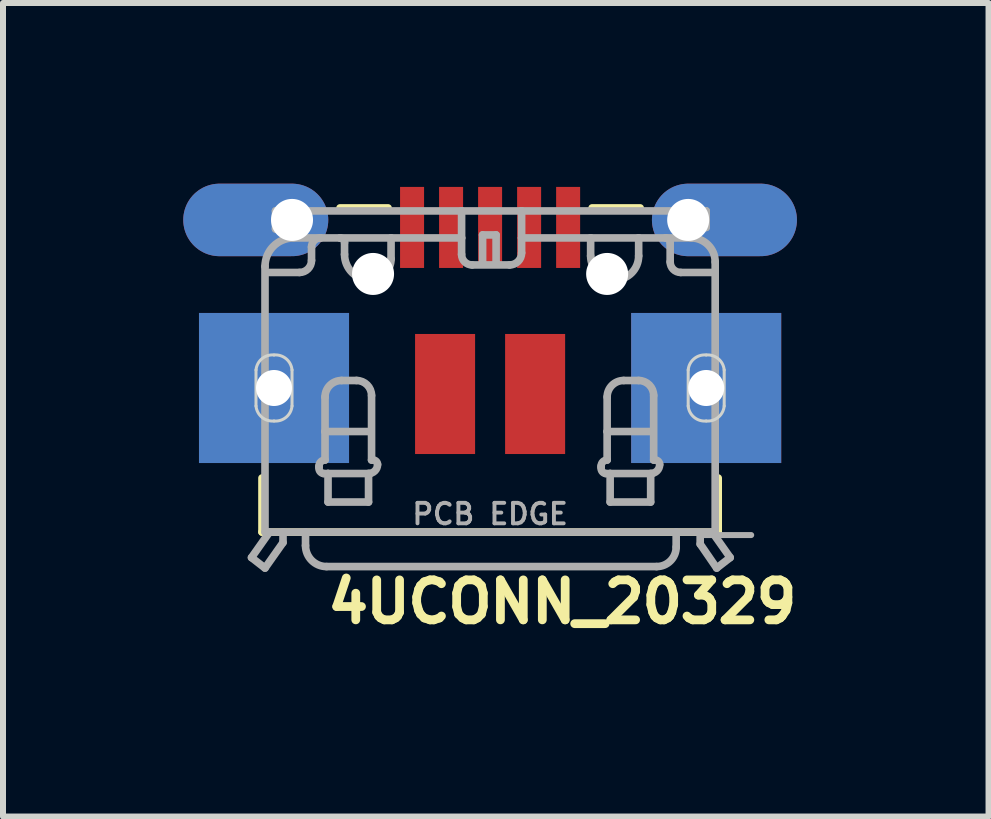
<source format=kicad_pcb>
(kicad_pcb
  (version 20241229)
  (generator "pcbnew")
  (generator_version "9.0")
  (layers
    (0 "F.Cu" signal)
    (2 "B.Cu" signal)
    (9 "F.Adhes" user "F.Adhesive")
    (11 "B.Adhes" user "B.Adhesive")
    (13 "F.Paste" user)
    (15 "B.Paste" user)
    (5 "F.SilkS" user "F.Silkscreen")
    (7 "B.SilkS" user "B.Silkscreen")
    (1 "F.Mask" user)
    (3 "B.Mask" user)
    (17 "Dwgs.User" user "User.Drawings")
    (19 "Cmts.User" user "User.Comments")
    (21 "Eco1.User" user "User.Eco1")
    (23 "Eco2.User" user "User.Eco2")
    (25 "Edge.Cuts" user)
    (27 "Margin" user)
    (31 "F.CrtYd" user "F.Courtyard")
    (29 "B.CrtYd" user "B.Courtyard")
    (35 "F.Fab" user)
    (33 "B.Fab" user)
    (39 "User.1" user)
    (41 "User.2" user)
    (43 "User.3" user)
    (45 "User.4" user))
  (footprint "4UCONN_20329"
    (layer "F.Cu")
    (at 5.115 1.514)
    (property "Reference" "4UCONN_20329" (at -2.778 5.852 0) (layer "F.SilkS") (effects (font (size 0.666 0.666) (thickness 0.146)) (justify left bottom)))
    (fp_poly (pts (xy -1.55 -0.05) (xy -1.05 -0.05) (xy -1.05 -1.5) (xy -1.55 -1.5)) (stroke (width 0) (type solid)) (fill yes) (layer "F.Mask"))
    (fp_poly (pts (xy -0.9 -0.05) (xy -0.4 -0.05) (xy -0.4 -1.5) (xy -0.9 -1.5)) (stroke (width 0) (type solid)) (fill yes) (layer "F.Mask"))
    (fp_poly (pts (xy -0.25 -0.05) (xy 0.25 -0.05) (xy 0.25 -1.5) (xy -0.25 -1.5)) (stroke (width 0) (type solid)) (fill yes) (layer "F.Mask"))
    (fp_poly (pts (xy 0.4 -0.05) (xy 0.9 -0.05) (xy 0.9 -1.5) (xy 0.4 -1.5)) (stroke (width 0) (type solid)) (fill yes) (layer "F.Mask"))
    (fp_poly (pts (xy 1.05 -0.05) (xy 1.55 -0.05) (xy 1.55 -1.5) (xy 1.05 -1.5)) (stroke (width 0) (type solid)) (fill yes) (layer "F.Mask"))
    (fp_line (start -3.8 3.4) (end -3.8 4.3) (stroke (width 0.127) (type solid)) (layer "F.SilkS"))
    (fp_line (start -3.8 4.3) (end 3.8 4.3) (stroke (width 0.127) (type solid)) (layer "F.SilkS"))
    (fp_line (start -2.5 -1.1) (end -1.7 -1.1) (stroke (width 0.127) (type solid)) (layer "F.SilkS"))
    (fp_line (start 1.7 -1.1) (end 2.5 -1.1) (stroke (width 0.127) (type solid)) (layer "F.SilkS"))
    (fp_line (start 3.8 4.3) (end 3.8 3.4) (stroke (width 0.127) (type solid)) (layer "F.SilkS"))
    (fp_poly (pts (xy -4.85 3.15) (xy -2.35 3.15) (xy -2.35 0.65) (xy -4.85 0.65)) (stroke (width 0) (type solid)) (fill yes) (layer "F.Paste"))
    (fp_poly (pts (xy 2.35 3.15) (xy 4.85 3.15) (xy 4.85 0.65) (xy 2.35 0.65)) (stroke (width 0) (type solid)) (fill yes) (layer "F.Paste"))
    (fp_poly (pts (xy -3.186 -1.499) (xy -3.03 -1.442) (xy -2.893 -1.346) (xy -2.786 -1.219) (xy -2.715 -1.067) (xy -2.686 -0.9) (xy -2.715 -0.733) (xy -2.786 -0.581) (xy -2.893 -0.454) (xy -3.03 -0.358) (xy -3.186 -0.301) (xy -3.347 -0.286) (xy -4.457 -0.286) (xy -4.767 -0.355) (xy -4.907 -0.454) (xy -5.014 -0.581) (xy -5.085 -0.733) (xy -5.115 -0.904) (xy -5.017 -1.215) (xy -4.907 -1.346) (xy -4.77 -1.442) (xy -4.614 -1.499) (xy -4.453 -1.514) (xy -3.347 -1.514)) (stroke (width 0) (type solid)) (fill yes) (layer "F.Paste"))
    (fp_poly (pts (xy 4.614 -1.499) (xy 4.77 -1.442) (xy 4.907 -1.346) (xy 5.014 -1.219) (xy 5.085 -1.067) (xy 5.114 -0.9) (xy 5.085 -0.733) (xy 5.014 -0.581) (xy 4.907 -0.454) (xy 4.77 -0.358) (xy 4.614 -0.301) (xy 4.453 -0.286) (xy 3.343 -0.286) (xy 3.033 -0.355) (xy 2.893 -0.454) (xy 2.786 -0.581) (xy 2.715 -0.733) (xy 2.685 -0.904) (xy 2.783 -1.215) (xy 2.893 -1.346) (xy 3.03 -1.442) (xy 3.186 -1.499) (xy 3.347 -1.514) (xy 4.453 -1.514)) (stroke (width 0) (type solid)) (fill yes) (layer "F.Paste"))
    (fp_line (start -3.9 2.2) (end -3.9 1.6) (stroke (width 0.05) (type solid)) (layer "Edge.Cuts"))
    (fp_line (start -3.3 1.6) (end -3.3 2.2) (stroke (width 0.05) (type solid)) (layer "Edge.Cuts"))
    (fp_line (start 3.3 2.2) (end 3.3 1.6) (stroke (width 0.05) (type solid)) (layer "Edge.Cuts"))
    (fp_line (start 3.9 1.6) (end 3.9 2.2) (stroke (width 0.05) (type solid)) (layer "Edge.Cuts"))
    (fp_arc (start -3.9 1.6) (mid -3.801777 1.412868) (end -3.6 1.35) (stroke (width 0.05) (type solid)) (layer "Edge.Cuts"))
    (fp_arc (start -3.6 1.35) (mid -3.398223 1.412868) (end -3.3 1.6) (stroke (width 0.05) (type solid)) (layer "Edge.Cuts"))
    (fp_arc (start -3.6 2.45) (mid -3.801777 2.387132) (end -3.9 2.2) (stroke (width 0.05) (type solid)) (layer "Edge.Cuts"))
    (fp_arc (start -3.3 2.2) (mid -3.398223 2.387132) (end -3.6 2.45) (stroke (width 0.05) (type solid)) (layer "Edge.Cuts"))
    (fp_arc (start 3.3 1.6) (mid 3.398223 1.412868) (end 3.6 1.35) (stroke (width 0.05) (type solid)) (layer "Edge.Cuts"))
    (fp_arc (start 3.6 1.35) (mid 3.801777 1.412868) (end 3.9 1.6) (stroke (width 0.05) (type solid)) (layer "Edge.Cuts"))
    (fp_arc (start 3.6 2.45) (mid 3.398223 2.387132) (end 3.3 2.2) (stroke (width 0.05) (type solid)) (layer "Edge.Cuts"))
    (fp_arc (start 3.9 2.2) (mid 3.801777 2.387132) (end 3.6 2.45) (stroke (width 0.05) (type solid)) (layer "Edge.Cuts"))
    (fp_line (start -3.975 4.725) (end -3.75 4.9) (stroke (width 0.127) (type solid)) (layer "F.Fab"))
    (fp_line (start -3.975 4.725) (end -3.675 4.3) (stroke (width 0.127) (type solid)) (layer "F.Fab"))
    (fp_line (start -3.75 -0.125) (end -3.75 4.3) (stroke (width 0.127) (type solid)) (layer "F.Fab"))
    (fp_line (start -3.75 4.3) (end -3.675 4.3) (stroke (width 0.127) (type solid)) (layer "F.Fab"))
    (fp_line (start -3.75 4.9) (end -3.45 4.475) (stroke (width 0.127) (type solid)) (layer "F.Fab"))
    (fp_line (start -3.725 -0.025) (end -3.175 -0.025) (stroke (width 0.127) (type solid)) (layer "F.Fab"))
    (fp_line (start -3.675 4.3) (end -3.45 4.3) (stroke (width 0.127) (type solid)) (layer "F.Fab"))
    (fp_line (start -3.575 -1.05) (end -0.475 -1.05) (stroke (width 0.127) (type solid)) (layer "F.Fab"))
    (fp_line (start -3.575 -0.75) (end -3.575 -1.05) (stroke (width 0.127) (type solid)) (layer "F.Fab"))
    (fp_line (start -3.45 4.3) (end -3.075 4.3) (stroke (width 0.127) (type solid)) (layer "F.Fab"))
    (fp_line (start -3.45 4.475) (end -3.45 4.3) (stroke (width 0.127) (type solid)) (layer "F.Fab"))
    (fp_line (start -3.425 -0.75) (end -3.575 -0.75) (stroke (width 0.127) (type solid)) (layer "F.Fab"))
    (fp_line (start -3.425 -0.625) (end -3.425 -0.75) (stroke (width 0.127) (type solid)) (layer "F.Fab"))
    (fp_line (start -3.075 4.3) (end -3.075 4.525) (stroke (width 0.127) (type solid)) (layer "F.Fab"))
    (fp_line (start -3.075 4.3) (end 3.1 4.3) (stroke (width 0.127) (type solid)) (layer "F.Fab"))
    (fp_line (start -2.975 -0.225) (end -2.975 -0.45) (stroke (width 0.127) (type solid)) (layer "F.Fab"))
    (fp_line (start -2.85 3.225) (end -2.85 3.2) (stroke (width 0.127) (type solid)) (layer "F.Fab"))
    (fp_line (start -2.825 -0.6) (end -3.275 -0.6) (stroke (width 0.127) (type solid)) (layer "F.Fab"))
    (fp_line (start -2.825 -0.6) (end -2.5 -0.6) (stroke (width 0.127) (type solid)) (layer "F.Fab"))
    (fp_line (start -2.75 2.625) (end -2.75 2.05) (stroke (width 0.127) (type solid)) (layer "F.Fab"))
    (fp_line (start -2.75 2.625) (end -2 2.625) (stroke (width 0.127) (type solid)) (layer "F.Fab"))
    (fp_line (start -2.75 3.1) (end -2.75 2.625) (stroke (width 0.127) (type solid)) (layer "F.Fab"))
    (fp_line (start -2.725 4.875) (end 2.775 4.875) (stroke (width 0.127) (type solid)) (layer "F.Fab"))
    (fp_line (start -2.7 3.325) (end -2.775 3.325) (stroke (width 0.127) (type solid)) (layer "F.Fab"))
    (fp_line (start -2.7 3.325) (end -2 3.325) (stroke (width 0.127) (type solid)) (layer "F.Fab"))
    (fp_line (start -2.7 3.8) (end -2.7 3.325) (stroke (width 0.127) (type solid)) (layer "F.Fab"))
    (fp_line (start -2.475 1.775) (end -2.225 1.775) (stroke (width 0.127) (type solid)) (layer "F.Fab"))
    (fp_line (start -2.425 -0.525) (end -2.425 -0.325) (stroke (width 0.127) (type solid)) (layer "F.Fab"))
    (fp_line (start -2.025 3.325) (end -2.025 3.8) (stroke (width 0.127) (type solid)) (layer "F.Fab"))
    (fp_line (start -2.025 3.8) (end -2.7 3.8) (stroke (width 0.127) (type solid)) (layer "F.Fab"))
    (fp_line (start -1.975 2.025) (end -1.975 3.1) (stroke (width 0.127) (type solid)) (layer "F.Fab"))
    (fp_line (start -1.975 3.1) (end -1.95 3.1) (stroke (width 0.127) (type solid)) (layer "F.Fab"))
    (fp_line (start -1.65 -0.6) (end -2.5 -0.6) (stroke (width 0.127) (type solid)) (layer "F.Fab"))
    (fp_line (start -1.65 -0.25) (end -1.65 -0.6) (stroke (width 0.127) (type solid)) (layer "F.Fab"))
    (fp_line (start -0.475 -1.05) (end 0.525 -1.05) (stroke (width 0.127) (type solid)) (layer "F.Fab"))
    (fp_line (start -0.475 -0.6) (end -1.65 -0.6) (stroke (width 0.127) (type solid)) (layer "F.Fab"))
    (fp_line (start -0.475 -0.6) (end -0.475 -1.05) (stroke (width 0.127) (type solid)) (layer "F.Fab"))
    (fp_line (start -0.475 -0.325) (end -0.475 -0.6) (stroke (width 0.127) (type solid)) (layer "F.Fab"))
    (fp_line (start -0.125 -0.65) (end 0.1 -0.65) (stroke (width 0.127) (type solid)) (layer "F.Fab"))
    (fp_line (start -0.125 -0.175) (end -0.125 -0.65) (stroke (width 0.127) (type solid)) (layer "F.Fab"))
    (fp_line (start 0.1 -0.65) (end 0.1 -0.175) (stroke (width 0.127) (type solid)) (layer "F.Fab"))
    (fp_line (start 0.325 -0.15) (end -0.3 -0.15) (stroke (width 0.127) (type solid)) (layer "F.Fab"))
    (fp_line (start 0.525 -1.05) (end 0.525 -0.6) (stroke (width 0.127) (type solid)) (layer "F.Fab"))
    (fp_line (start 0.525 -1.05) (end 3.6 -1.05) (stroke (width 0.127) (type solid)) (layer "F.Fab"))
    (fp_line (start 0.525 -0.6) (end 0.525 -0.35) (stroke (width 0.127) (type solid)) (layer "F.Fab"))
    (fp_line (start 1.675 -0.6) (end 0.525 -0.6) (stroke (width 0.127) (type solid)) (layer "F.Fab"))
    (fp_line (start 1.675 -0.6) (end 1.675 -0.3) (stroke (width 0.127) (type solid)) (layer "F.Fab"))
    (fp_line (start 1.85 3.225) (end 1.85 3.2) (stroke (width 0.127) (type solid)) (layer "F.Fab"))
    (fp_line (start 1.95 2.625) (end 1.95 2.05) (stroke (width 0.127) (type solid)) (layer "F.Fab"))
    (fp_line (start 1.95 2.625) (end 2.7 2.625) (stroke (width 0.127) (type solid)) (layer "F.Fab"))
    (fp_line (start 1.95 3.1) (end 1.95 2.625) (stroke (width 0.127) (type solid)) (layer "F.Fab"))
    (fp_line (start 2 3.325) (end 1.925 3.325) (stroke (width 0.127) (type solid)) (layer "F.Fab"))
    (fp_line (start 2 3.325) (end 2.7 3.325) (stroke (width 0.127) (type solid)) (layer "F.Fab"))
    (fp_line (start 2 3.8) (end 2 3.325) (stroke (width 0.127) (type solid)) (layer "F.Fab"))
    (fp_line (start 2.225 1.775) (end 2.475 1.775) (stroke (width 0.127) (type solid)) (layer "F.Fab"))
    (fp_line (start 2.475 -0.6) (end 1.675 -0.6) (stroke (width 0.127) (type solid)) (layer "F.Fab"))
    (fp_line (start 2.475 -0.6) (end 2.925 -0.6) (stroke (width 0.127) (type solid)) (layer "F.Fab"))
    (fp_line (start 2.475 -0.3) (end 2.475 -0.6) (stroke (width 0.127) (type solid)) (layer "F.Fab"))
    (fp_line (start 2.675 3.325) (end 2.675 3.8) (stroke (width 0.127) (type solid)) (layer "F.Fab"))
    (fp_line (start 2.675 3.8) (end 2 3.8) (stroke (width 0.127) (type solid)) (layer "F.Fab"))
    (fp_line (start 2.725 2.025) (end 2.725 3.1) (stroke (width 0.127) (type solid)) (layer "F.Fab"))
    (fp_line (start 2.725 3.1) (end 2.75 3.1) (stroke (width 0.127) (type solid)) (layer "F.Fab"))
    (fp_line (start 3 -0.525) (end 3 -0.2) (stroke (width 0.127) (type solid)) (layer "F.Fab"))
    (fp_line (start 3.1 4.3) (end 3.7 4.3) (stroke (width 0.127) (type solid)) (layer "F.Fab"))
    (fp_line (start 3.1 4.55) (end 3.1 4.3) (stroke (width 0.127) (type solid)) (layer "F.Fab"))
    (fp_line (start 3.175 -0.025) (end 3.725 -0.025) (stroke (width 0.127) (type solid)) (layer "F.Fab"))
    (fp_line (start 3.35 -0.775) (end 3.35 -0.6) (stroke (width 0.127) (type solid)) (layer "F.Fab"))
    (fp_line (start 3.35 -0.6) (end 2.925 -0.6) (stroke (width 0.127) (type solid)) (layer "F.Fab"))
    (fp_line (start 3.5 4.35) (end 4.35 4.35) (stroke (width 0.1) (type solid)) (layer "F.Fab"))
    (fp_line (start 3.5 4.5) (end 3.5 4.35) (stroke (width 0.127) (type solid)) (layer "F.Fab"))
    (fp_line (start 3.6 -1.05) (end 3.6 -0.775) (stroke (width 0.127) (type solid)) (layer "F.Fab"))
    (fp_line (start 3.6 -0.775) (end 3.35 -0.775) (stroke (width 0.127) (type solid)) (layer "F.Fab"))
    (fp_line (start 3.7 4.3) (end 3.75 4.3) (stroke (width 0.127) (type solid)) (layer "F.Fab"))
    (fp_line (start 3.7 4.3) (end 4 4.725) (stroke (width 0.127) (type solid)) (layer "F.Fab"))
    (fp_line (start 3.75 4.3) (end 3.75 -0.2) (stroke (width 0.127) (type solid)) (layer "F.Fab"))
    (fp_line (start 3.775 4.9) (end 3.5 4.5) (stroke (width 0.127) (type solid)) (layer "F.Fab"))
    (fp_line (start 4 4.725) (end 3.775 4.9) (stroke (width 0.127) (type solid)) (layer "F.Fab"))
    (fp_arc (start -3.750001 -0.124999) (mid -3.610876 -0.460875) (end -3.275 -0.6) (stroke (width 0.127) (type solid)) (layer "F.Fab"))
    (fp_arc (start -2.975 -0.45) (mid -2.931066 -0.556066) (end -2.825 -0.6) (stroke (width 0.127) (type solid)) (layer "F.Fab"))
    (fp_arc (start -2.975 -0.225) (mid -3.033579 -0.083579) (end -3.175 -0.025) (stroke (width 0.127) (type solid)) (layer "F.Fab"))
    (fp_arc (start -2.85 3.2) (mid -2.820711 3.129289) (end -2.75 3.1) (stroke (width 0.127) (type solid)) (layer "F.Fab"))
    (fp_arc (start -2.775 3.325) (mid -2.833211 3.290533) (end -2.85 3.225) (stroke (width 0.127) (type solid)) (layer "F.Fab"))
    (fp_arc (start -2.75 2.05) (mid -2.669454 1.855546) (end -2.475 1.775) (stroke (width 0.127) (type solid)) (layer "F.Fab"))
    (fp_arc (start -2.725 4.875) (mid -2.972487 4.772487) (end -3.075 4.525) (stroke (width 0.127) (type solid)) (layer "F.Fab"))
    (fp_arc (start -2.5 -0.6) (mid -2.446967 -0.578033) (end -2.425 -0.525) (stroke (width 0.127) (type solid)) (layer "F.Fab"))
    (fp_arc (start -2.225 1.775) (mid -2.048223 1.848223) (end -1.975 2.025) (stroke (width 0.127) (type solid)) (layer "F.Fab"))
    (fp_arc (start -2 0.1) (mid -2.30052 -0.02448) (end -2.425 -0.325) (stroke (width 0.127) (type solid)) (layer "F.Fab"))
    (fp_arc (start -1.95 3.1) (mid -1.896967 3.121967) (end -1.875 3.175) (stroke (width 0.127) (type solid)) (layer "F.Fab"))
    (fp_arc (start -1.875 3.175) (mid -1.918934 3.281066) (end -2.025 3.325) (stroke (width 0.127) (type solid)) (layer "F.Fab"))
    (fp_arc (start -1.65 -0.25) (mid -1.752513 -0.002513) (end -2 0.1) (stroke (width 0.127) (type solid)) (layer "F.Fab"))
    (fp_arc (start -0.3 -0.15) (mid -0.423744 -0.201256) (end -0.475 -0.325) (stroke (width 0.127) (type solid)) (layer "F.Fab"))
    (fp_arc (start 0.525 -0.35) (mid 0.466421 -0.208579) (end 0.325 -0.15) (stroke (width 0.127) (type solid)) (layer "F.Fab"))
    (fp_arc (start 1.85 3.2) (mid 1.879289 3.129289) (end 1.95 3.1) (stroke (width 0.127) (type solid)) (layer "F.Fab"))
    (fp_arc (start 1.925 3.325) (mid 1.866789 3.290533) (end 1.85 3.225) (stroke (width 0.127) (type solid)) (layer "F.Fab"))
    (fp_arc (start 1.95 2.05) (mid 2.030546 1.855546) (end 2.225 1.775) (stroke (width 0.127) (type solid)) (layer "F.Fab"))
    (fp_arc (start 2.075 0.1) (mid 1.792157 -0.017157) (end 1.675 -0.3) (stroke (width 0.127) (type solid)) (layer "F.Fab"))
    (fp_arc (start 2.475 -0.3) (mid 2.357843 -0.017157) (end 2.075 0.1) (stroke (width 0.127) (type solid)) (layer "F.Fab"))
    (fp_arc (start 2.475 1.775) (mid 2.651777 1.848223) (end 2.725 2.025) (stroke (width 0.127) (type solid)) (layer "F.Fab"))
    (fp_arc (start 2.75 3.1) (mid 2.803033 3.121967) (end 2.825 3.175) (stroke (width 0.127) (type solid)) (layer "F.Fab"))
    (fp_arc (start 2.825 3.175) (mid 2.781066 3.281066) (end 2.675 3.325) (stroke (width 0.127) (type solid)) (layer "F.Fab"))
    (fp_arc (start 2.925 -0.6) (mid 2.978033 -0.578033) (end 3 -0.525) (stroke (width 0.127) (type solid)) (layer "F.Fab"))
    (fp_arc (start 3.1 4.55) (mid 3.00481 4.77981) (end 2.775 4.875) (stroke (width 0.127) (type solid)) (layer "F.Fab"))
    (fp_arc (start 3.175 -0.025) (mid 3.051256 -0.076256) (end 3 -0.2) (stroke (width 0.127) (type solid)) (layer "F.Fab"))
    (fp_arc (start 3.349999 -0.599999) (mid 3.632842 -0.482842) (end 3.75 -0.2) (stroke (width 0.127) (type solid)) (layer "F.Fab"))
    (fp_text user "PCB EDGE" (at 0 4 0) (layer "F.Fab") (effects (font (size 0.341 0.341) (thickness 0.065))))
    (pad "" np_thru_hole circle (at -1.95 0) (size 0.7 0.7) (drill 0.7) (layers "*.Cu" "*.Mask"))
    (pad "" np_thru_hole circle (at 1.95 0) (size 0.7 0.7) (drill 0.7) (layers "*.Cu" "*.Mask"))
    (pad "BASE@1" smd rect (at -0.75 2 90) (size 2 1) (layers "F.Cu" "F.Mask" "F.Paste"))
    (pad "BASE@2" smd rect (at 0.75 2 90) (size 2 1) (layers "F.Cu" "F.Mask" "F.Paste"))
    (pad "D+" smd rect (at 0 -0.775) (size 0.4 1.35) (layers "F.Cu" "F.Paste"))
    (pad "D-" smd rect (at -0.65 -0.775) (size 0.4 1.35) (layers "F.Cu" "F.Paste"))
    (pad "GND" smd rect (at 1.3 -0.775) (size 0.4 1.35) (layers "F.Cu" "F.Paste"))
    (pad "ID" smd rect (at 0.65 -0.775) (size 0.4 1.35) (layers "F.Cu" "F.Paste"))
    (pad "SPRT@1" thru_hole oval (at -3.3 -0.9 180) (size 2.416 1.208) (drill 0.7 (offset 0.604 0)) (layers "*.Cu" "*.Mask"))
    (pad "SPRT@2" thru_hole oval (at 3.3 -0.9) (size 2.416 1.208) (drill 0.7 (offset 0.604 0)) (layers "*.Cu" "*.Mask"))
    (pad "SPRT@3" thru_hole rect (at -3.6 1.9 90) (size 2.5 2.5) (drill 0.6) (layers "*.Cu" "*.Mask"))
    (pad "SPRT@4" thru_hole rect (at 3.6 1.9 90) (size 2.5 2.5) (drill 0.6) (layers "*.Cu" "*.Mask"))
    (pad "VBUS" smd rect (at -1.3 -0.775) (size 0.4 1.35) (layers "F.Cu" "F.Paste")))
  (gr_rect
    (start -3 -3)
    (end 13.419 10.553)
    (stroke (width 0.1) (type default))
    (fill no)
    (layer "Edge.Cuts")))
</source>
